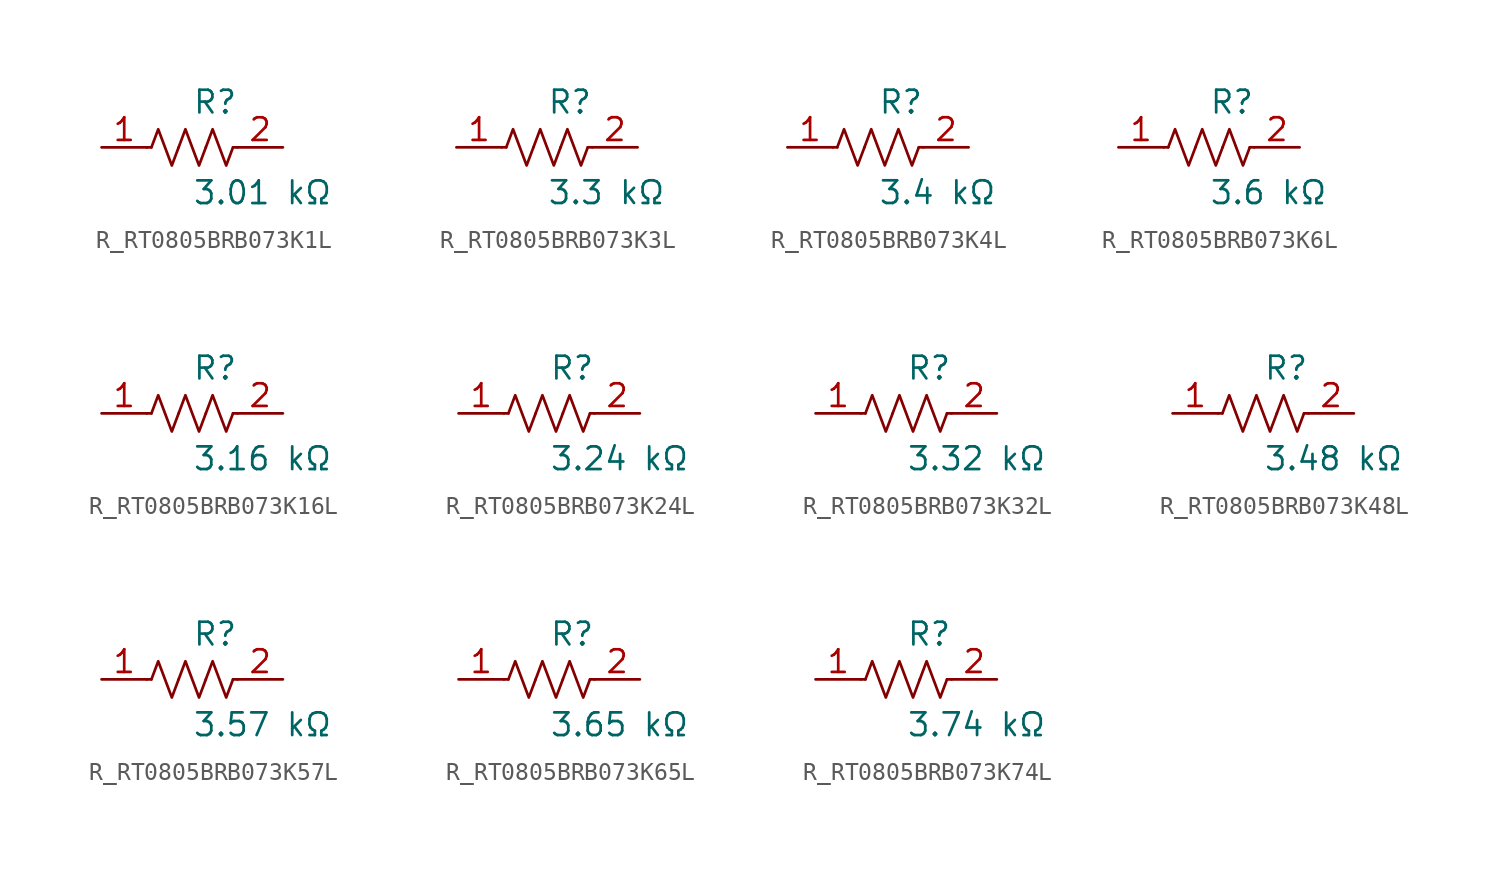
<source format=kicad_sym>
(kicad_symbol_lib
  (version 20231120)
  (generator kicad_symbol_editor)
  (generator_version 8.0)
  (symbol "R_RT0805BRB073K1L"
    (pin_names
      (offset 0.254))
    (property "Reference" "R"
      (at 0.0 2.54 0)
      (effects (font (size 1.27 1.27)) (justify left)))
    (property "Value" "3.01 kΩ"
      (at 0.0 -2.54 0)
      (effects (font (size 1.27 1.27)) (justify left)))
    (symbol "R_RT0805BRB073K1L_0_1"
      (polyline (pts (xy 2.286 0) (xy 2.54 0)) (stroke (width 0) (type default)) (fill (type none)))
      (polyline (pts (xy -2.286 0) (xy -2.54 0)) (stroke (width 0) (type default)) (fill (type none)))
      (polyline (pts (xy 0.762 0) (xy 1.143 1.016) (xy 1.524 0) (xy 1.905 -1.016) (xy 2.286 0)) (stroke (width 0) (type default)) (fill (type none)))
      (polyline (pts (xy -0.762 0) (xy -0.381 1.016) (xy 0 0) (xy 0.381 -1.016) (xy 0.762 0)) (stroke (width 0) (type default)) (fill (type none)))
      (polyline (pts (xy -2.286 0) (xy -1.905 1.016) (xy -1.524 0) (xy -1.143 -1.016) (xy -0.762 0)) (stroke (width 0) (type default)) (fill (type none))))
    (pin unspecified line
      (at -5.08 0 0)
      (length 2.54)
      (name "" (effects (font (size 1.27 1.27))))
      (number "1" (effects (font (size 1.27 1.27)))))
    (pin unspecified line
      (at 5.08 0 180)
      (length 2.54)
      (name "" (effects (font (size 1.27 1.27))))
      (number "2" (effects (font (size 1.27 1.27))))))
  (symbol "R_RT0805BRB073K3L"
    (pin_names
      (offset 0.254))
    (property "Reference" "R"
      (at 0.0 2.54 0)
      (effects (font (size 1.27 1.27)) (justify left)))
    (property "Value" "3.3 kΩ"
      (at 0.0 -2.54 0)
      (effects (font (size 1.27 1.27)) (justify left)))
    (symbol "R_RT0805BRB073K3L_0_1"
      (polyline (pts (xy 2.286 0) (xy 2.54 0)) (stroke (width 0) (type default)) (fill (type none)))
      (polyline (pts (xy -2.286 0) (xy -2.54 0)) (stroke (width 0) (type default)) (fill (type none)))
      (polyline (pts (xy 0.762 0) (xy 1.143 1.016) (xy 1.524 0) (xy 1.905 -1.016) (xy 2.286 0)) (stroke (width 0) (type default)) (fill (type none)))
      (polyline (pts (xy -0.762 0) (xy -0.381 1.016) (xy 0 0) (xy 0.381 -1.016) (xy 0.762 0)) (stroke (width 0) (type default)) (fill (type none)))
      (polyline (pts (xy -2.286 0) (xy -1.905 1.016) (xy -1.524 0) (xy -1.143 -1.016) (xy -0.762 0)) (stroke (width 0) (type default)) (fill (type none))))
    (pin unspecified line
      (at -5.08 0 0)
      (length 2.54)
      (name "" (effects (font (size 1.27 1.27))))
      (number "1" (effects (font (size 1.27 1.27)))))
    (pin unspecified line
      (at 5.08 0 180)
      (length 2.54)
      (name "" (effects (font (size 1.27 1.27))))
      (number "2" (effects (font (size 1.27 1.27))))))
  (symbol "R_RT0805BRB073K4L"
    (pin_names
      (offset 0.254))
    (property "Reference" "R"
      (at 0.0 2.54 0)
      (effects (font (size 1.27 1.27)) (justify left)))
    (property "Value" "3.4 kΩ"
      (at 0.0 -2.54 0)
      (effects (font (size 1.27 1.27)) (justify left)))
    (symbol "R_RT0805BRB073K4L_0_1"
      (polyline (pts (xy 2.286 0) (xy 2.54 0)) (stroke (width 0) (type default)) (fill (type none)))
      (polyline (pts (xy -2.286 0) (xy -2.54 0)) (stroke (width 0) (type default)) (fill (type none)))
      (polyline (pts (xy 0.762 0) (xy 1.143 1.016) (xy 1.524 0) (xy 1.905 -1.016) (xy 2.286 0)) (stroke (width 0) (type default)) (fill (type none)))
      (polyline (pts (xy -0.762 0) (xy -0.381 1.016) (xy 0 0) (xy 0.381 -1.016) (xy 0.762 0)) (stroke (width 0) (type default)) (fill (type none)))
      (polyline (pts (xy -2.286 0) (xy -1.905 1.016) (xy -1.524 0) (xy -1.143 -1.016) (xy -0.762 0)) (stroke (width 0) (type default)) (fill (type none))))
    (pin unspecified line
      (at -5.08 0 0)
      (length 2.54)
      (name "" (effects (font (size 1.27 1.27))))
      (number "1" (effects (font (size 1.27 1.27)))))
    (pin unspecified line
      (at 5.08 0 180)
      (length 2.54)
      (name "" (effects (font (size 1.27 1.27))))
      (number "2" (effects (font (size 1.27 1.27))))))
  (symbol "R_RT0805BRB073K6L"
    (pin_names
      (offset 0.254))
    (property "Reference" "R"
      (at 0.0 2.54 0)
      (effects (font (size 1.27 1.27)) (justify left)))
    (property "Value" "3.6 kΩ"
      (at 0.0 -2.54 0)
      (effects (font (size 1.27 1.27)) (justify left)))
    (symbol "R_RT0805BRB073K6L_0_1"
      (polyline (pts (xy 2.286 0) (xy 2.54 0)) (stroke (width 0) (type default)) (fill (type none)))
      (polyline (pts (xy -2.286 0) (xy -2.54 0)) (stroke (width 0) (type default)) (fill (type none)))
      (polyline (pts (xy 0.762 0) (xy 1.143 1.016) (xy 1.524 0) (xy 1.905 -1.016) (xy 2.286 0)) (stroke (width 0) (type default)) (fill (type none)))
      (polyline (pts (xy -0.762 0) (xy -0.381 1.016) (xy 0 0) (xy 0.381 -1.016) (xy 0.762 0)) (stroke (width 0) (type default)) (fill (type none)))
      (polyline (pts (xy -2.286 0) (xy -1.905 1.016) (xy -1.524 0) (xy -1.143 -1.016) (xy -0.762 0)) (stroke (width 0) (type default)) (fill (type none))))
    (pin unspecified line
      (at -5.08 0 0)
      (length 2.54)
      (name "" (effects (font (size 1.27 1.27))))
      (number "1" (effects (font (size 1.27 1.27)))))
    (pin unspecified line
      (at 5.08 0 180)
      (length 2.54)
      (name "" (effects (font (size 1.27 1.27))))
      (number "2" (effects (font (size 1.27 1.27))))))
  (symbol "R_RT0805BRB073K16L"
    (pin_names
      (offset 0.254))
    (property "Reference" "R"
      (at 0.0 2.54 0)
      (effects (font (size 1.27 1.27)) (justify left)))
    (property "Value" "3.16 kΩ"
      (at 0.0 -2.54 0)
      (effects (font (size 1.27 1.27)) (justify left)))
    (symbol "R_RT0805BRB073K16L_0_1"
      (polyline (pts (xy 2.286 0) (xy 2.54 0)) (stroke (width 0) (type default)) (fill (type none)))
      (polyline (pts (xy -2.286 0) (xy -2.54 0)) (stroke (width 0) (type default)) (fill (type none)))
      (polyline (pts (xy 0.762 0) (xy 1.143 1.016) (xy 1.524 0) (xy 1.905 -1.016) (xy 2.286 0)) (stroke (width 0) (type default)) (fill (type none)))
      (polyline (pts (xy -0.762 0) (xy -0.381 1.016) (xy 0 0) (xy 0.381 -1.016) (xy 0.762 0)) (stroke (width 0) (type default)) (fill (type none)))
      (polyline (pts (xy -2.286 0) (xy -1.905 1.016) (xy -1.524 0) (xy -1.143 -1.016) (xy -0.762 0)) (stroke (width 0) (type default)) (fill (type none))))
    (pin unspecified line
      (at -5.08 0 0)
      (length 2.54)
      (name "" (effects (font (size 1.27 1.27))))
      (number "1" (effects (font (size 1.27 1.27)))))
    (pin unspecified line
      (at 5.08 0 180)
      (length 2.54)
      (name "" (effects (font (size 1.27 1.27))))
      (number "2" (effects (font (size 1.27 1.27))))))
  (symbol "R_RT0805BRB073K24L"
    (pin_names
      (offset 0.254))
    (property "Reference" "R"
      (at 0.0 2.54 0)
      (effects (font (size 1.27 1.27)) (justify left)))
    (property "Value" "3.24 kΩ"
      (at 0.0 -2.54 0)
      (effects (font (size 1.27 1.27)) (justify left)))
    (symbol "R_RT0805BRB073K24L_0_1"
      (polyline (pts (xy 2.286 0) (xy 2.54 0)) (stroke (width 0) (type default)) (fill (type none)))
      (polyline (pts (xy -2.286 0) (xy -2.54 0)) (stroke (width 0) (type default)) (fill (type none)))
      (polyline (pts (xy 0.762 0) (xy 1.143 1.016) (xy 1.524 0) (xy 1.905 -1.016) (xy 2.286 0)) (stroke (width 0) (type default)) (fill (type none)))
      (polyline (pts (xy -0.762 0) (xy -0.381 1.016) (xy 0 0) (xy 0.381 -1.016) (xy 0.762 0)) (stroke (width 0) (type default)) (fill (type none)))
      (polyline (pts (xy -2.286 0) (xy -1.905 1.016) (xy -1.524 0) (xy -1.143 -1.016) (xy -0.762 0)) (stroke (width 0) (type default)) (fill (type none))))
    (pin unspecified line
      (at -5.08 0 0)
      (length 2.54)
      (name "" (effects (font (size 1.27 1.27))))
      (number "1" (effects (font (size 1.27 1.27)))))
    (pin unspecified line
      (at 5.08 0 180)
      (length 2.54)
      (name "" (effects (font (size 1.27 1.27))))
      (number "2" (effects (font (size 1.27 1.27))))))
  (symbol "R_RT0805BRB073K32L"
    (pin_names
      (offset 0.254))
    (property "Reference" "R"
      (at 0.0 2.54 0)
      (effects (font (size 1.27 1.27)) (justify left)))
    (property "Value" "3.32 kΩ"
      (at 0.0 -2.54 0)
      (effects (font (size 1.27 1.27)) (justify left)))
    (symbol "R_RT0805BRB073K32L_0_1"
      (polyline (pts (xy 2.286 0) (xy 2.54 0)) (stroke (width 0) (type default)) (fill (type none)))
      (polyline (pts (xy -2.286 0) (xy -2.54 0)) (stroke (width 0) (type default)) (fill (type none)))
      (polyline (pts (xy 0.762 0) (xy 1.143 1.016) (xy 1.524 0) (xy 1.905 -1.016) (xy 2.286 0)) (stroke (width 0) (type default)) (fill (type none)))
      (polyline (pts (xy -0.762 0) (xy -0.381 1.016) (xy 0 0) (xy 0.381 -1.016) (xy 0.762 0)) (stroke (width 0) (type default)) (fill (type none)))
      (polyline (pts (xy -2.286 0) (xy -1.905 1.016) (xy -1.524 0) (xy -1.143 -1.016) (xy -0.762 0)) (stroke (width 0) (type default)) (fill (type none))))
    (pin unspecified line
      (at -5.08 0 0)
      (length 2.54)
      (name "" (effects (font (size 1.27 1.27))))
      (number "1" (effects (font (size 1.27 1.27)))))
    (pin unspecified line
      (at 5.08 0 180)
      (length 2.54)
      (name "" (effects (font (size 1.27 1.27))))
      (number "2" (effects (font (size 1.27 1.27))))))
  (symbol "R_RT0805BRB073K48L"
    (pin_names
      (offset 0.254))
    (property "Reference" "R"
      (at 0.0 2.54 0)
      (effects (font (size 1.27 1.27)) (justify left)))
    (property "Value" "3.48 kΩ"
      (at 0.0 -2.54 0)
      (effects (font (size 1.27 1.27)) (justify left)))
    (symbol "R_RT0805BRB073K48L_0_1"
      (polyline (pts (xy 2.286 0) (xy 2.54 0)) (stroke (width 0) (type default)) (fill (type none)))
      (polyline (pts (xy -2.286 0) (xy -2.54 0)) (stroke (width 0) (type default)) (fill (type none)))
      (polyline (pts (xy 0.762 0) (xy 1.143 1.016) (xy 1.524 0) (xy 1.905 -1.016) (xy 2.286 0)) (stroke (width 0) (type default)) (fill (type none)))
      (polyline (pts (xy -0.762 0) (xy -0.381 1.016) (xy 0 0) (xy 0.381 -1.016) (xy 0.762 0)) (stroke (width 0) (type default)) (fill (type none)))
      (polyline (pts (xy -2.286 0) (xy -1.905 1.016) (xy -1.524 0) (xy -1.143 -1.016) (xy -0.762 0)) (stroke (width 0) (type default)) (fill (type none))))
    (pin unspecified line
      (at -5.08 0 0)
      (length 2.54)
      (name "" (effects (font (size 1.27 1.27))))
      (number "1" (effects (font (size 1.27 1.27)))))
    (pin unspecified line
      (at 5.08 0 180)
      (length 2.54)
      (name "" (effects (font (size 1.27 1.27))))
      (number "2" (effects (font (size 1.27 1.27))))))
  (symbol "R_RT0805BRB073K57L"
    (pin_names
      (offset 0.254))
    (property "Reference" "R"
      (at 0.0 2.54 0)
      (effects (font (size 1.27 1.27)) (justify left)))
    (property "Value" "3.57 kΩ"
      (at 0.0 -2.54 0)
      (effects (font (size 1.27 1.27)) (justify left)))
    (symbol "R_RT0805BRB073K57L_0_1"
      (polyline (pts (xy 2.286 0) (xy 2.54 0)) (stroke (width 0) (type default)) (fill (type none)))
      (polyline (pts (xy -2.286 0) (xy -2.54 0)) (stroke (width 0) (type default)) (fill (type none)))
      (polyline (pts (xy 0.762 0) (xy 1.143 1.016) (xy 1.524 0) (xy 1.905 -1.016) (xy 2.286 0)) (stroke (width 0) (type default)) (fill (type none)))
      (polyline (pts (xy -0.762 0) (xy -0.381 1.016) (xy 0 0) (xy 0.381 -1.016) (xy 0.762 0)) (stroke (width 0) (type default)) (fill (type none)))
      (polyline (pts (xy -2.286 0) (xy -1.905 1.016) (xy -1.524 0) (xy -1.143 -1.016) (xy -0.762 0)) (stroke (width 0) (type default)) (fill (type none))))
    (pin unspecified line
      (at -5.08 0 0)
      (length 2.54)
      (name "" (effects (font (size 1.27 1.27))))
      (number "1" (effects (font (size 1.27 1.27)))))
    (pin unspecified line
      (at 5.08 0 180)
      (length 2.54)
      (name "" (effects (font (size 1.27 1.27))))
      (number "2" (effects (font (size 1.27 1.27))))))
  (symbol "R_RT0805BRB073K65L"
    (pin_names
      (offset 0.254))
    (property "Reference" "R"
      (at 0.0 2.54 0)
      (effects (font (size 1.27 1.27)) (justify left)))
    (property "Value" "3.65 kΩ"
      (at 0.0 -2.54 0)
      (effects (font (size 1.27 1.27)) (justify left)))
    (symbol "R_RT0805BRB073K65L_0_1"
      (polyline (pts (xy 2.286 0) (xy 2.54 0)) (stroke (width 0) (type default)) (fill (type none)))
      (polyline (pts (xy -2.286 0) (xy -2.54 0)) (stroke (width 0) (type default)) (fill (type none)))
      (polyline (pts (xy 0.762 0) (xy 1.143 1.016) (xy 1.524 0) (xy 1.905 -1.016) (xy 2.286 0)) (stroke (width 0) (type default)) (fill (type none)))
      (polyline (pts (xy -0.762 0) (xy -0.381 1.016) (xy 0 0) (xy 0.381 -1.016) (xy 0.762 0)) (stroke (width 0) (type default)) (fill (type none)))
      (polyline (pts (xy -2.286 0) (xy -1.905 1.016) (xy -1.524 0) (xy -1.143 -1.016) (xy -0.762 0)) (stroke (width 0) (type default)) (fill (type none))))
    (pin unspecified line
      (at -5.08 0 0)
      (length 2.54)
      (name "" (effects (font (size 1.27 1.27))))
      (number "1" (effects (font (size 1.27 1.27)))))
    (pin unspecified line
      (at 5.08 0 180)
      (length 2.54)
      (name "" (effects (font (size 1.27 1.27))))
      (number "2" (effects (font (size 1.27 1.27))))))
  (symbol "R_RT0805BRB073K74L"
    (pin_names
      (offset 0.254))
    (property "Reference" "R"
      (at 0.0 2.54 0)
      (effects (font (size 1.27 1.27)) (justify left)))
    (property "Value" "3.74 kΩ"
      (at 0.0 -2.54 0)
      (effects (font (size 1.27 1.27)) (justify left)))
    (symbol "R_RT0805BRB073K74L_0_1"
      (polyline (pts (xy 2.286 0) (xy 2.54 0)) (stroke (width 0) (type default)) (fill (type none)))
      (polyline (pts (xy -2.286 0) (xy -2.54 0)) (stroke (width 0) (type default)) (fill (type none)))
      (polyline (pts (xy 0.762 0) (xy 1.143 1.016) (xy 1.524 0) (xy 1.905 -1.016) (xy 2.286 0)) (stroke (width 0) (type default)) (fill (type none)))
      (polyline (pts (xy -0.762 0) (xy -0.381 1.016) (xy 0 0) (xy 0.381 -1.016) (xy 0.762 0)) (stroke (width 0) (type default)) (fill (type none)))
      (polyline (pts (xy -2.286 0) (xy -1.905 1.016) (xy -1.524 0) (xy -1.143 -1.016) (xy -0.762 0)) (stroke (width 0) (type default)) (fill (type none))))
    (pin unspecified line
      (at -5.08 0 0)
      (length 2.54)
      (name "" (effects (font (size 1.27 1.27))))
      (number "1" (effects (font (size 1.27 1.27)))))
    (pin unspecified line
      (at 5.08 0 180)
      (length 2.54)
      (name "" (effects (font (size 1.27 1.27))))
      (number "2" (effects (font (size 1.27 1.27)))))))
</source>
